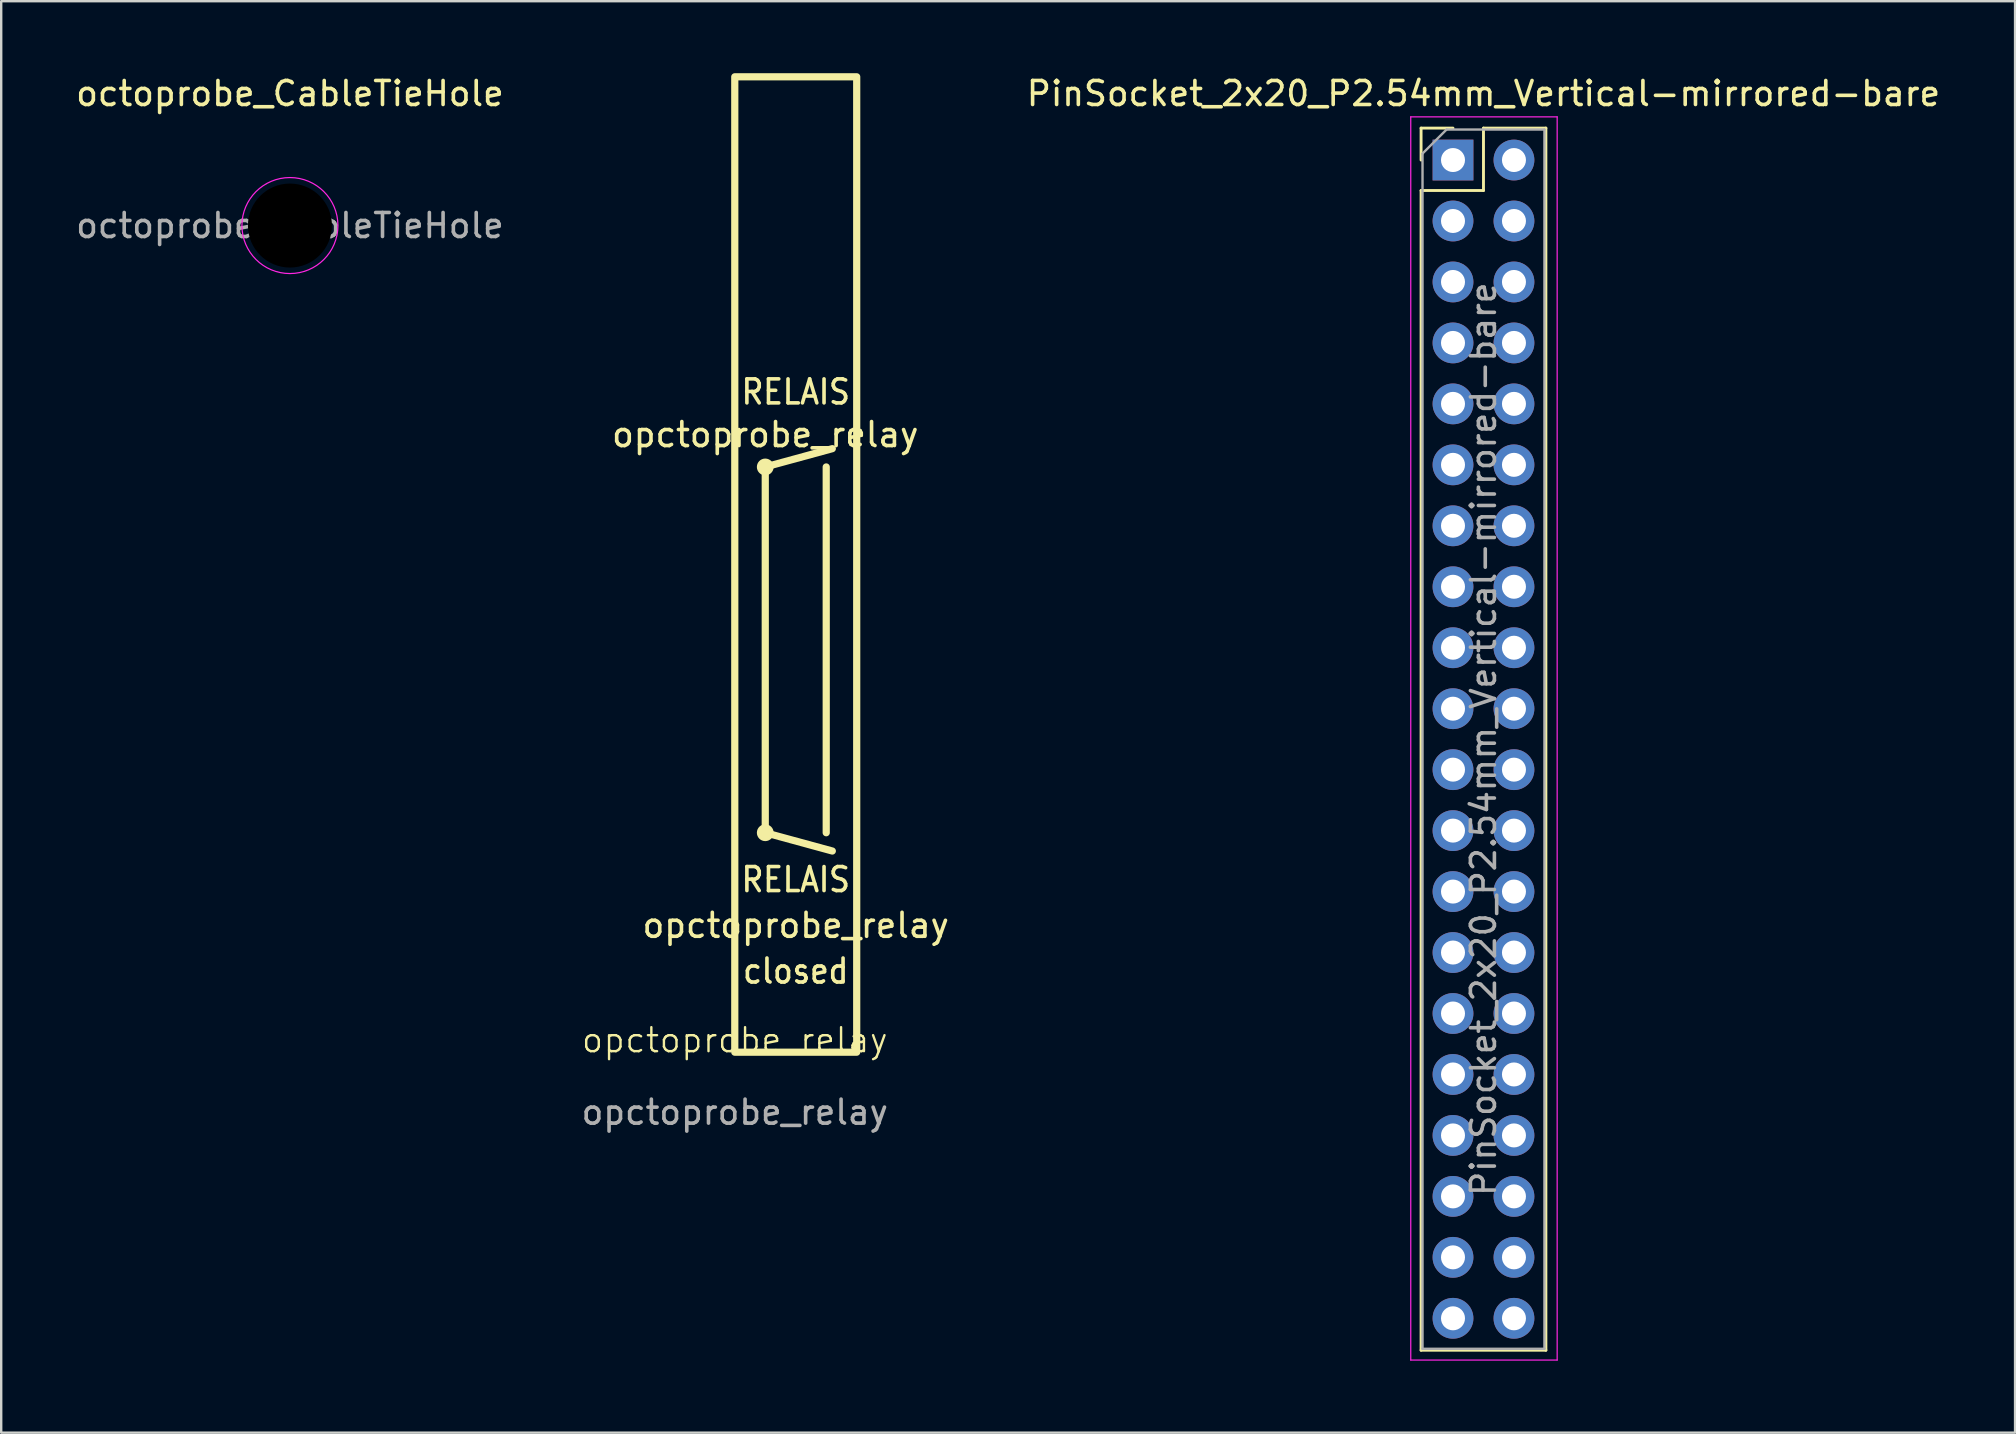
<source format=kicad_pcb>
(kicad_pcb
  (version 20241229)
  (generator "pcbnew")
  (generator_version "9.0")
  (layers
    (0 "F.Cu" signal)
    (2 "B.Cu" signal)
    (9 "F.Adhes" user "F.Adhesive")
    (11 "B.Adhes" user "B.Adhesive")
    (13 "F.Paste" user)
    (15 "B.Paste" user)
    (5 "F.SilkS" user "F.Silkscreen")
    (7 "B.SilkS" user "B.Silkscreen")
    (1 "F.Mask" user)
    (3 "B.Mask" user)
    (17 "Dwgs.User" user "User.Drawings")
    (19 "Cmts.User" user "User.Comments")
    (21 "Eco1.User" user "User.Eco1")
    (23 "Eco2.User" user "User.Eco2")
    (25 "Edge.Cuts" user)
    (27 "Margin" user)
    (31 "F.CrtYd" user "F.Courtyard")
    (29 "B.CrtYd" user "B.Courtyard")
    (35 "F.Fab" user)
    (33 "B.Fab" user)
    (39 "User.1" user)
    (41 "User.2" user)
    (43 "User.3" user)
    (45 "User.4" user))
  (footprint "opctoprobe_relay"
    (layer "F.Cu")
    (at 27.565 40.79)
    (property "Reference" "opctoprobe_relay" (at 0 -0.5 0) (unlocked yes) (layer "F.SilkS") (effects (font (size 1 1) (thickness 0.1))))
    (property "Value" "opctoprobe_relay" (at 0 1 0) (unlocked yes) (layer "F.Fab") (hide yes) (effects (font (size 1 1) (thickness 0.15))))
    (fp_line (start 1.27 -24.384) (end 4.064 -25.146) (stroke (width 0.3) (type default)) (layer "F.SilkS"))
    (fp_line (start 1.27 -9.144) (end 1.27 -24.384) (stroke (width 0.3) (type default)) (layer "F.SilkS"))
    (fp_line (start 1.27 -9.144) (end 4.064 -8.382) (stroke (width 0.3) (type default)) (layer "F.SilkS"))
    (fp_line (start 3.81 -9.144) (end 3.81 -24.384) (stroke (width 0.3) (type default)) (layer "F.SilkS"))
    (fp_rect (start 0 -40.64) (end 5.08 0) (stroke (width 0.3) (type default)) (fill no) (layer "F.SilkS"))
    (fp_circle (center 1.27 -24.384) (end 1.47 -24.384) (stroke (width 0.3) (type default)) (fill no) (layer "F.SilkS"))
    (fp_circle (center 1.27 -9.144) (end 1.47 -9.144) (stroke (width 0.3) (type default)) (fill no) (layer "F.SilkS"))
    (fp_text user "RELAIS" (at 2.54 -26.924 0) (unlocked yes) (layer "F.SilkS") (effects (font (size 1 0.9) (thickness 0.15)) (justify bottom)))
    (fp_text user "${VALUE}" (at 1.27 -25.146 0) (unlocked yes) (layer "F.SilkS") (effects (font (size 1 1) (thickness 0.15)) (justify bottom)))
    (fp_text user "closed" (at 2.54 -2.794 0) (unlocked yes) (layer "F.SilkS") (effects (font (size 1 0.9) (thickness 0.15)) (justify bottom)))
    (fp_text user "${VALUE}" (at 2.54 -4.699 0) (unlocked yes) (layer "F.SilkS") (effects (font (size 1 1) (thickness 0.15)) (justify bottom)))
    (fp_text user "RELAIS" (at 2.54 -6.604 0) (unlocked yes) (layer "F.SilkS") (effects (font (size 1 0.9) (thickness 0.15)) (justify bottom)))
    (fp_text user "${REFERENCE}" (at 0 2.5 0) (unlocked yes) (layer "F.Fab") (effects (font (size 1 1) (thickness 0.15)))))
  (footprint "octoprobe_CableTieHole"
    (layer "F.Cu")
    (at 9.03 6.348)
    (property "Reference" "octoprobe_CableTieHole" (at 0 -5.5 0) (layer "F.SilkS") (effects (font (size 1 1) (thickness 0.15))))
    (attr exclude_from_pos_files exclude_from_bom)
    (fp_circle (center 0 0) (end 2 0) (stroke (width 0.05) (type solid)) (fill no) (layer "F.CrtYd"))
    (fp_text user "${REFERENCE}" (at 0 0 0) (layer "F.Fab") (effects (font (size 1 1) (thickness 0.15))))
    (pad "" np_thru_hole circle (at 0 0) (size 3.7 3.7) (drill 3.5) (layers "*.Mask")))
  (footprint "PinSocket_2x20_P2.54mm_Vertical-mirrored-bare"
    (layer "F.Cu")
    (at 60.03 3.618)
    (property "Reference" "PinSocket_2x20_P2.54mm_Vertical-mirrored-bare" (at -1.27 -2.77 0) (layer "F.SilkS") (effects (font (size 1 1) (thickness 0.15))))
    (attr through_hole)
    (fp_line (start -3.87 -1.33) (end -3.87 0) (stroke (width 0.12) (type solid)) (layer "F.SilkS"))
    (fp_line (start -3.87 1.27) (end -3.87 49.59) (stroke (width 0.12) (type solid)) (layer "F.SilkS"))
    (fp_line (start -2.54 -1.33) (end -3.87 -1.33) (stroke (width 0.12) (type solid)) (layer "F.SilkS"))
    (fp_line (start -1.27 -1.33) (end -1.27 1.27) (stroke (width 0.12) (type solid)) (layer "F.SilkS"))
    (fp_line (start -1.27 1.27) (end -3.87 1.27) (stroke (width 0.12) (type solid)) (layer "F.SilkS"))
    (fp_line (start 1.33 -1.33) (end -1.27 -1.33) (stroke (width 0.12) (type solid)) (layer "F.SilkS"))
    (fp_line (start 1.33 -1.33) (end 1.33 49.59) (stroke (width 0.12) (type solid)) (layer "F.SilkS"))
    (fp_line (start 1.33 49.59) (end -3.87 49.59) (stroke (width 0.12) (type solid)) (layer "F.SilkS"))
    (fp_line (start -4.3 -1.8) (end -4.3 50) (stroke (width 0.05) (type solid)) (layer "F.CrtYd"))
    (fp_line (start -4.3 50) (end 1.8 50) (stroke (width 0.05) (type solid)) (layer "F.CrtYd"))
    (fp_line (start 1.8 -1.8) (end -4.3 -1.8) (stroke (width 0.05) (type solid)) (layer "F.CrtYd"))
    (fp_line (start 1.8 50) (end 1.8 -1.8) (stroke (width 0.05) (type solid)) (layer "F.CrtYd"))
    (fp_line (start -3.81 -0.27) (end -3.81 49.53) (stroke (width 0.1) (type solid)) (layer "F.Fab"))
    (fp_line (start -3.81 49.53) (end 1.27 49.53) (stroke (width 0.1) (type solid)) (layer "F.Fab"))
    (fp_line (start -2.81 -1.27) (end -3.81 -0.27) (stroke (width 0.1) (type solid)) (layer "F.Fab"))
    (fp_line (start 1.27 -1.27) (end -2.81 -1.27) (stroke (width 0.1) (type solid)) (layer "F.Fab"))
    (fp_line (start 1.27 49.53) (end 1.27 -1.27) (stroke (width 0.1) (type solid)) (layer "F.Fab"))
    (fp_text user "${REFERENCE}" (at -1.27 24.13 90) (layer "F.Fab") (effects (font (size 1 1) (thickness 0.15))))
    (pad "1" thru_hole rect (at -2.54 0) (size 1.7 1.7) (drill 1) (layers "*.Cu" "*.Mask"))
    (pad "2" thru_hole oval (at 0 0) (size 1.7 1.7) (drill 1) (layers "*.Cu" "*.Mask"))
    (pad "3" thru_hole oval (at -2.54 2.54) (size 1.7 1.7) (drill 1) (layers "*.Cu" "*.Mask"))
    (pad "4" thru_hole oval (at 0 2.54) (size 1.7 1.7) (drill 1) (layers "*.Cu" "*.Mask"))
    (pad "5" thru_hole oval (at -2.54 5.08) (size 1.7 1.7) (drill 1) (layers "*.Cu" "*.Mask"))
    (pad "6" thru_hole oval (at 0 5.08) (size 1.7 1.7) (drill 1) (layers "*.Cu" "*.Mask"))
    (pad "7" thru_hole oval (at -2.54 7.62) (size 1.7 1.7) (drill 1) (layers "*.Cu" "*.Mask"))
    (pad "8" thru_hole oval (at 0 7.62) (size 1.7 1.7) (drill 1) (layers "*.Cu" "*.Mask"))
    (pad "9" thru_hole oval (at -2.54 10.16) (size 1.7 1.7) (drill 1) (layers "*.Cu" "*.Mask"))
    (pad "10" thru_hole oval (at 0 10.16) (size 1.7 1.7) (drill 1) (layers "*.Cu" "*.Mask"))
    (pad "11" thru_hole oval (at -2.54 12.7) (size 1.7 1.7) (drill 1) (layers "*.Cu" "*.Mask"))
    (pad "12" thru_hole oval (at 0 12.7) (size 1.7 1.7) (drill 1) (layers "*.Cu" "*.Mask"))
    (pad "13" thru_hole oval (at -2.54 15.24) (size 1.7 1.7) (drill 1) (layers "*.Cu" "*.Mask"))
    (pad "14" thru_hole oval (at 0 15.24) (size 1.7 1.7) (drill 1) (layers "*.Cu" "*.Mask"))
    (pad "15" thru_hole oval (at -2.54 17.78) (size 1.7 1.7) (drill 1) (layers "*.Cu" "*.Mask"))
    (pad "16" thru_hole oval (at 0 17.78) (size 1.7 1.7) (drill 1) (layers "*.Cu" "*.Mask"))
    (pad "17" thru_hole oval (at -2.54 20.32) (size 1.7 1.7) (drill 1) (layers "*.Cu" "*.Mask"))
    (pad "18" thru_hole oval (at 0 20.32) (size 1.7 1.7) (drill 1) (layers "*.Cu" "*.Mask"))
    (pad "19" thru_hole oval (at -2.54 22.86) (size 1.7 1.7) (drill 1) (layers "*.Cu" "*.Mask"))
    (pad "20" thru_hole oval (at 0 22.86) (size 1.7 1.7) (drill 1) (layers "*.Cu" "*.Mask"))
    (pad "21" thru_hole oval (at -2.54 25.4) (size 1.7 1.7) (drill 1) (layers "*.Cu" "*.Mask"))
    (pad "22" thru_hole oval (at 0 25.4) (size 1.7 1.7) (drill 1) (layers "*.Cu" "*.Mask"))
    (pad "23" thru_hole oval (at -2.54 27.94) (size 1.7 1.7) (drill 1) (layers "*.Cu" "*.Mask"))
    (pad "24" thru_hole oval (at 0 27.94) (size 1.7 1.7) (drill 1) (layers "*.Cu" "*.Mask"))
    (pad "25" thru_hole oval (at -2.54 30.48) (size 1.7 1.7) (drill 1) (layers "*.Cu" "*.Mask"))
    (pad "26" thru_hole oval (at 0 30.48) (size 1.7 1.7) (drill 1) (layers "*.Cu" "*.Mask"))
    (pad "27" thru_hole oval (at -2.54 33.02) (size 1.7 1.7) (drill 1) (layers "*.Cu" "*.Mask"))
    (pad "28" thru_hole oval (at 0 33.02) (size 1.7 1.7) (drill 1) (layers "*.Cu" "*.Mask"))
    (pad "29" thru_hole oval (at -2.54 35.56) (size 1.7 1.7) (drill 1) (layers "*.Cu" "*.Mask"))
    (pad "30" thru_hole oval (at 0 35.56) (size 1.7 1.7) (drill 1) (layers "*.Cu" "*.Mask"))
    (pad "31" thru_hole oval (at -2.54 38.1) (size 1.7 1.7) (drill 1) (layers "*.Cu" "*.Mask"))
    (pad "32" thru_hole oval (at 0 38.1) (size 1.7 1.7) (drill 1) (layers "*.Cu" "*.Mask"))
    (pad "33" thru_hole oval (at -2.54 40.64) (size 1.7 1.7) (drill 1) (layers "*.Cu" "*.Mask"))
    (pad "34" thru_hole oval (at 0 40.64) (size 1.7 1.7) (drill 1) (layers "*.Cu" "*.Mask"))
    (pad "35" thru_hole oval (at -2.54 43.18) (size 1.7 1.7) (drill 1) (layers "*.Cu" "*.Mask"))
    (pad "36" thru_hole oval (at 0 43.18) (size 1.7 1.7) (drill 1) (layers "*.Cu" "*.Mask"))
    (pad "37" thru_hole oval (at -2.54 45.72) (size 1.7 1.7) (drill 1) (layers "*.Cu" "*.Mask"))
    (pad "38" thru_hole oval (at 0 45.72) (size 1.7 1.7) (drill 1) (layers "*.Cu" "*.Mask"))
    (pad "39" thru_hole oval (at -2.54 48.26) (size 1.7 1.7) (drill 1) (layers "*.Cu" "*.Mask"))
    (pad "40" thru_hole oval (at 0 48.26) (size 1.7 1.7) (drill 1) (layers "*.Cu" "*.Mask")))
  (gr_rect
    (start -3 -3)
    (end 80.909 56.643)
    (stroke (width 0.1) (type default))
    (fill no)
    (layer "Edge.Cuts")))
</source>
